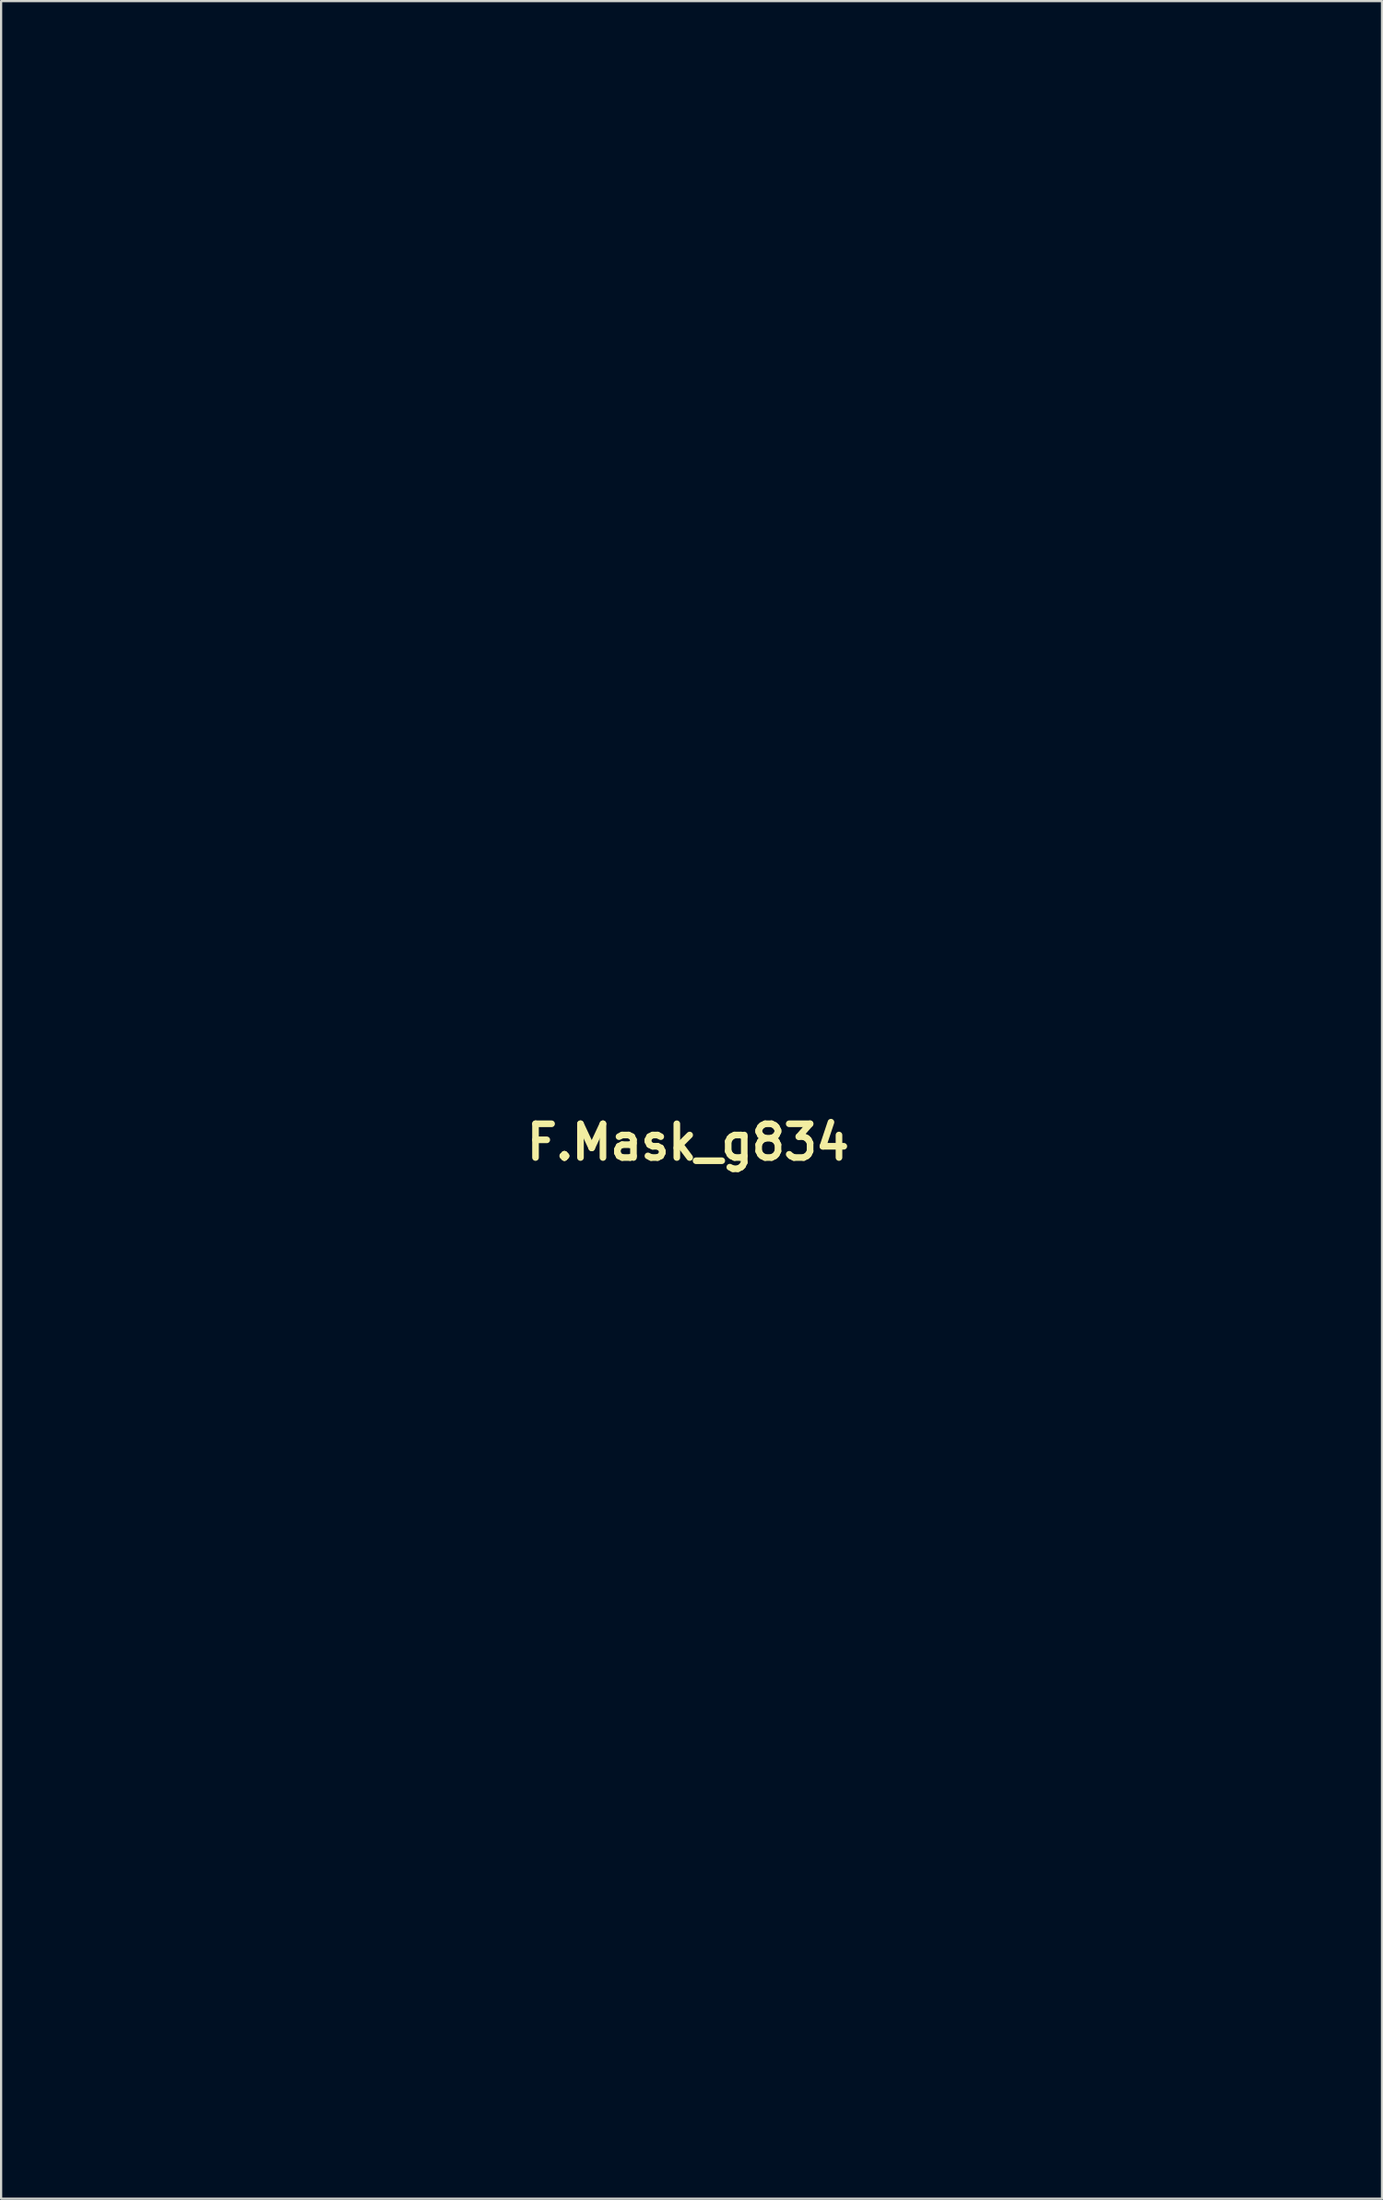
<source format=kicad_pcb>
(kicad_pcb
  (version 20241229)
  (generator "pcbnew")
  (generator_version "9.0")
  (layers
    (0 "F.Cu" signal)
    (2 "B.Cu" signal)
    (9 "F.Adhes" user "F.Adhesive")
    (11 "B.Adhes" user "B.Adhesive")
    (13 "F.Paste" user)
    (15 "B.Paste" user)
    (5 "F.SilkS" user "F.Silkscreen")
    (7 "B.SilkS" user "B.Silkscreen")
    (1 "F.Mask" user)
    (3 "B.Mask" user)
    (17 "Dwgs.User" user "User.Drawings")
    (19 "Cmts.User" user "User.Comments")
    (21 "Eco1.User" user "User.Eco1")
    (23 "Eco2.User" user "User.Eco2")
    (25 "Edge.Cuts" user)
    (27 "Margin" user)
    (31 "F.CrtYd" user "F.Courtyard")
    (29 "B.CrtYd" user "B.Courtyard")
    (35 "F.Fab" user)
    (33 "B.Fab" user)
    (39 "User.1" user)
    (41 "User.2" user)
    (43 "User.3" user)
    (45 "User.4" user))
  (footprint "F.Mask_g834"
    (layer "F.Cu")
    (at 28.049 48.554)
    (property "Reference" "F.Mask_g834" (at 0 0 0) (layer "F.SilkS") (effects (font (size 1.524 1.524) (thickness 0.3))))
    (attr through_hole)
    (fp_poly (pts (xy -3.732 -20.971) (xy -3.655 -20.871) (xy -3.606 -20.797) (xy -3.598 -20.776) (xy -3.634 -20.751) (xy -3.721 -20.749) (xy -3.83 -20.769) (xy -3.884 -20.787) (xy -3.96 -20.839) (xy -3.97 -20.919) (xy -3.921 -21.034) (xy -3.866 -21.133) (xy -3.732 -20.971)) (stroke (width 0.01) (type solid)) (fill yes) (layer "F.Mask"))
    (fp_poly (pts (xy -8.888 -29.861) (xy -8.875 -29.85) (xy -8.82 -29.783) (xy -8.749 -29.667) (xy -8.694 -29.563) (xy -8.644 -29.449) (xy -8.609 -29.338) (xy -8.586 -29.207) (xy -8.571 -29.033) (xy -8.561 -28.827) (xy -8.554 -28.582) (xy -8.56 -28.419) (xy -8.578 -28.337) (xy -8.609 -28.333) (xy -8.654 -28.406) (xy -8.695 -28.504) (xy -8.763 -28.725) (xy -8.827 -29.004) (xy -8.88 -29.313) (xy -8.913 -29.59) (xy -8.926 -29.749) (xy -8.928 -29.838) (xy -8.916 -29.87) (xy -8.888 -29.861)) (stroke (width 0.01) (type solid)) (fill yes) (layer "F.Mask"))
    (fp_poly (pts (xy -7.954 -28.369) (xy -7.873 -28.229) (xy -7.82 -28.041) (xy -7.794 -27.792) (xy -7.79 -27.601) (xy -7.795 -27.382) (xy -7.808 -27.154) (xy -7.827 -26.934) (xy -7.851 -26.741) (xy -7.877 -26.59) (xy -7.903 -26.501) (xy -7.912 -26.488) (xy -7.959 -26.495) (xy -8.036 -26.57) (xy -8.083 -26.631) (xy -8.173 -26.782) (xy -8.254 -26.962) (xy -8.284 -27.048) (xy -8.313 -27.169) (xy -8.327 -27.284) (xy -8.321 -27.41) (xy -8.294 -27.564) (xy -8.244 -27.761) (xy -8.169 -28.019) (xy -8.148 -28.088) (xy -8.033 -28.465) (xy -7.954 -28.369)) (stroke (width 0.01) (type solid)) (fill yes) (layer "F.Mask"))
    (fp_poly (pts (xy 17.112 0.337) (xy 17.133 0.377) (xy 17.139 0.392) (xy 17.161 0.471) (xy 17.193 0.612) (xy 17.23 0.793) (xy 17.268 0.995) (xy 17.304 1.194) (xy 17.333 1.371) (xy 17.352 1.503) (xy 17.357 1.56) (xy 17.336 1.601) (xy 17.269 1.595) (xy 17.149 1.539) (xy 17.007 1.456) (xy 16.908 1.396) (xy 16.84 1.346) (xy 16.802 1.294) (xy 16.793 1.223) (xy 16.812 1.12) (xy 16.858 0.969) (xy 16.93 0.757) (xy 16.956 0.677) (xy 17.019 0.497) (xy 17.061 0.387) (xy 17.09 0.337) (xy 17.112 0.337)) (stroke (width 0.01) (type solid)) (fill yes) (layer "F.Mask"))
    (fp_poly (pts (xy -7.108 -26.927) (xy -7.071 -26.82) (xy -7.048 -26.66) (xy -7.037 -26.463) (xy -7.04 -26.246) (xy -7.056 -26.023) (xy -7.087 -25.81) (xy -7.131 -25.626) (xy -7.185 -25.486) (xy -7.263 -25.331) (xy -7.35 -25.183) (xy -7.435 -25.065) (xy -7.503 -24.996) (xy -7.518 -24.989) (xy -7.557 -25.016) (xy -7.6 -25.101) (xy -7.613 -25.139) (xy -7.655 -25.382) (xy -7.654 -25.665) (xy -7.612 -25.954) (xy -7.599 -26.008) (xy -7.555 -26.146) (xy -7.492 -26.313) (xy -7.417 -26.491) (xy -7.338 -26.663) (xy -7.264 -26.811) (xy -7.202 -26.917) (xy -7.161 -26.965) (xy -7.156 -26.966) (xy -7.108 -26.927)) (stroke (width 0.01) (type solid)) (fill yes) (layer "F.Mask"))
    (fp_poly (pts (xy 12.973 -12.673) (xy 13.086 -12.601) (xy 13.234 -12.494) (xy 13.405 -12.363) (xy 13.583 -12.219) (xy 13.757 -12.074) (xy 13.912 -11.938) (xy 14.035 -11.823) (xy 14.111 -11.739) (xy 14.13 -11.708) (xy 14.117 -11.659) (xy 14.076 -11.542) (xy 14.009 -11.364) (xy 13.92 -11.136) (xy 13.814 -10.866) (xy 13.693 -10.564) (xy 13.574 -10.27) (xy 13.006 -8.877) (xy 12.984 -10.63) (xy 12.979 -11.013) (xy 12.972 -11.375) (xy 12.963 -11.706) (xy 12.954 -11.996) (xy 12.944 -12.235) (xy 12.934 -12.413) (xy 12.925 -12.52) (xy 12.921 -12.541) (xy 12.901 -12.641) (xy 12.904 -12.696) (xy 12.909 -12.7) (xy 12.973 -12.673)) (stroke (width 0.01) (type solid)) (fill yes) (layer "F.Mask"))
    (fp_poly (pts (xy -4.678 -22.508) (xy -4.612 -22.415) (xy -4.572 -22.349) (xy -4.502 -22.16) (xy -4.464 -21.919) (xy -4.46 -21.65) (xy -4.49 -21.379) (xy -4.553 -21.131) (xy -4.563 -21.102) (xy -4.66 -20.846) (xy -5.119 -20.727) (xy -5.336 -20.667) (xy -5.55 -20.602) (xy -5.732 -20.542) (xy -5.818 -20.51) (xy -5.954 -20.458) (xy -6.031 -20.44) (xy -6.07 -20.453) (xy -6.084 -20.476) (xy -6.08 -20.576) (xy -6.013 -20.726) (xy -5.886 -20.923) (xy -5.717 -21.141) (xy -5.517 -21.397) (xy -5.312 -21.681) (xy -5.118 -21.968) (xy -4.954 -22.231) (xy -4.891 -22.343) (xy -4.819 -22.458) (xy -4.757 -22.533) (xy -4.723 -22.551) (xy -4.678 -22.508)) (stroke (width 0.01) (type solid)) (fill yes) (layer "F.Mask"))
    (fp_poly (pts (xy 15.727 13.18) (xy 15.754 13.294) (xy 15.78 13.489) (xy 15.789 13.579) (xy 15.814 13.789) (xy 15.847 13.94) (xy 15.894 14.057) (xy 15.936 14.128) (xy 15.977 14.192) (xy 16.006 14.252) (xy 16.025 14.322) (xy 16.035 14.418) (xy 16.039 14.555) (xy 16.039 14.747) (xy 16.035 14.99) (xy 16.03 15.245) (xy 16.025 15.426) (xy 16.019 15.541) (xy 16.009 15.601) (xy 15.995 15.616) (xy 15.975 15.594) (xy 15.953 15.557) (xy 15.863 15.339) (xy 15.788 15.047) (xy 15.729 14.689) (xy 15.689 14.275) (xy 15.667 13.814) (xy 15.664 13.549) (xy 15.669 13.332) (xy 15.682 13.199) (xy 15.703 13.148) (xy 15.727 13.18)) (stroke (width 0.01) (type solid)) (fill yes) (layer "F.Mask"))
    (fp_poly (pts (xy -6.444 -25.61) (xy -6.391 -25.53) (xy -6.336 -25.406) (xy -6.286 -25.259) (xy -6.248 -25.107) (xy -6.234 -25.009) (xy -6.238 -24.738) (xy -6.293 -24.427) (xy -6.391 -24.096) (xy -6.524 -23.768) (xy -6.687 -23.464) (xy -6.742 -23.379) (xy -6.832 -23.252) (xy -6.905 -23.158) (xy -6.949 -23.115) (xy -6.952 -23.114) (xy -6.986 -23.149) (xy -7.045 -23.24) (xy -7.116 -23.369) (xy -7.121 -23.379) (xy -7.188 -23.516) (xy -7.229 -23.63) (xy -7.25 -23.752) (xy -7.258 -23.911) (xy -7.259 -24.029) (xy -7.26 -24.415) (xy -6.98 -24.833) (xy -6.859 -25.018) (xy -6.747 -25.195) (xy -6.657 -25.344) (xy -6.61 -25.429) (xy -6.55 -25.539) (xy -6.5 -25.613) (xy -6.485 -25.628) (xy -6.444 -25.61)) (stroke (width 0.01) (type solid)) (fill yes) (layer "F.Mask"))
    (fp_poly (pts (xy 15.11 1.75) (xy 15.297 1.774) (xy 15.309 1.776) (xy 15.504 1.808) (xy 15.629 1.834) (xy 15.696 1.867) (xy 15.718 1.918) (xy 15.709 1.998) (xy 15.682 2.109) (xy 15.64 2.268) (xy 15.577 2.474) (xy 15.499 2.715) (xy 15.411 2.977) (xy 15.316 3.247) (xy 15.22 3.512) (xy 15.128 3.759) (xy 15.044 3.974) (xy 14.973 4.145) (xy 14.92 4.258) (xy 14.894 4.297) (xy 14.881 4.28) (xy 14.871 4.196) (xy 14.865 4.043) (xy 14.863 3.817) (xy 14.864 3.513) (xy 14.869 3.129) (xy 14.87 3.077) (xy 14.878 2.669) (xy 14.888 2.334) (xy 14.9 2.073) (xy 14.913 1.891) (xy 14.928 1.789) (xy 14.936 1.769) (xy 14.994 1.748) (xy 15.11 1.75)) (stroke (width 0.01) (type solid)) (fill yes) (layer "F.Mask"))
    (fp_poly (pts (xy -5.598 -24.094) (xy -5.533 -24.011) (xy -5.474 -23.911) (xy -5.418 -23.798) (xy -5.384 -23.698) (xy -5.365 -23.585) (xy -5.359 -23.434) (xy -5.359 -23.262) (xy -5.365 -23.042) (xy -5.382 -22.872) (xy -5.417 -22.716) (xy -5.475 -22.541) (xy -5.494 -22.489) (xy -5.689 -22.051) (xy -5.931 -21.665) (xy -6.139 -21.41) (xy -6.261 -21.277) (xy -6.342 -21.201) (xy -6.397 -21.175) (xy -6.438 -21.189) (xy -6.466 -21.22) (xy -6.523 -21.324) (xy -6.571 -21.485) (xy -6.612 -21.711) (xy -6.647 -22.01) (xy -6.656 -22.104) (xy -6.705 -22.639) (xy -6.475 -22.922) (xy -6.356 -23.078) (xy -6.214 -23.278) (xy -6.07 -23.495) (xy -5.969 -23.654) (xy -5.86 -23.827) (xy -5.762 -23.972) (xy -5.687 -24.074) (xy -5.644 -24.119) (xy -5.643 -24.119) (xy -5.598 -24.094)) (stroke (width 0.01) (type solid)) (fill yes) (layer "F.Mask"))
    (fp_poly (pts (xy 1.838 20.638) (xy 1.939 20.685) (xy 2.085 20.76) (xy 2.259 20.855) (xy 2.28 20.867) (xy 2.472 20.976) (xy 2.601 21.053) (xy 2.678 21.11) (xy 2.714 21.154) (xy 2.721 21.196) (xy 2.71 21.243) (xy 2.663 21.383) (xy 2.597 21.561) (xy 2.518 21.763) (xy 2.433 21.974) (xy 2.347 22.179) (xy 2.266 22.364) (xy 2.198 22.513) (xy 2.147 22.612) (xy 2.121 22.647) (xy 2.077 22.62) (xy 1.993 22.553) (xy 1.926 22.495) (xy 1.799 22.395) (xy 1.633 22.284) (xy 1.482 22.193) (xy 1.347 22.119) (xy 1.246 22.062) (xy 1.196 22.034) (xy 1.195 22.033) (xy 1.207 21.994) (xy 1.246 21.893) (xy 1.307 21.744) (xy 1.383 21.562) (xy 1.468 21.363) (xy 1.554 21.162) (xy 1.636 20.973) (xy 1.708 20.812) (xy 1.762 20.693) (xy 1.793 20.631) (xy 1.796 20.627) (xy 1.838 20.638)) (stroke (width 0.01) (type solid)) (fill yes) (layer "F.Mask"))
    (fp_poly (pts (xy 10.765 -16.855) (xy 10.931 -16.816) (xy 11.131 -16.762) (xy 11.35 -16.698) (xy 11.573 -16.63) (xy 11.783 -16.56) (xy 11.966 -16.495) (xy 12.106 -16.438) (xy 12.132 -16.426) (xy 12.535 -16.185) (xy 12.903 -15.869) (xy 13.233 -15.483) (xy 13.524 -15.031) (xy 13.773 -14.517) (xy 13.977 -13.944) (xy 14.134 -13.317) (xy 14.181 -13.066) (xy 14.225 -12.794) (xy 14.253 -12.596) (xy 14.264 -12.464) (xy 14.259 -12.39) (xy 14.239 -12.363) (xy 14.235 -12.363) (xy 14.192 -12.39) (xy 14.1 -12.462) (xy 13.975 -12.567) (xy 13.864 -12.664) (xy 13.681 -12.819) (xy 13.462 -12.997) (xy 13.238 -13.17) (xy 13.109 -13.265) (xy 12.693 -13.568) (xy 12.301 -14.372) (xy 12.029 -14.904) (xy 11.765 -15.367) (xy 11.497 -15.778) (xy 11.218 -16.15) (xy 10.947 -16.464) (xy 10.812 -16.615) (xy 10.701 -16.741) (xy 10.625 -16.832) (xy 10.595 -16.873) (xy 10.595 -16.875) (xy 10.648 -16.877) (xy 10.765 -16.855)) (stroke (width 0.01) (type solid)) (fill yes) (layer "F.Mask"))
    (fp_poly (pts (xy 13.009 -1.853) (xy 13.083 -1.755) (xy 13.182 -1.61) (xy 13.299 -1.433) (xy 13.356 -1.344) (xy 13.504 -1.118) (xy 13.664 -0.882) (xy 13.819 -0.663) (xy 13.95 -0.487) (xy 13.965 -0.469) (xy 14.172 -0.225) (xy 14.43 0.05) (xy 14.72 0.337) (xy 15.024 0.619) (xy 15.323 0.878) (xy 15.595 1.095) (xy 15.801 1.252) (xy 15.937 1.361) (xy 16.003 1.423) (xy 16 1.438) (xy 15.991 1.436) (xy 15.948 1.426) (xy 15.841 1.404) (xy 15.689 1.373) (xy 15.6 1.355) (xy 15.143 1.255) (xy 14.692 1.142) (xy 14.276 1.023) (xy 13.985 0.928) (xy 13.818 0.864) (xy 13.609 0.775) (xy 13.372 0.669) (xy 13.123 0.553) (xy 12.878 0.434) (xy 12.651 0.32) (xy 12.458 0.218) (xy 12.315 0.135) (xy 12.242 0.085) (xy 12.143 0.003) (xy 12.534 -0.952) (xy 12.645 -1.219) (xy 12.748 -1.455) (xy 12.837 -1.65) (xy 12.907 -1.794) (xy 12.954 -1.877) (xy 12.971 -1.893) (xy 13.009 -1.853)) (stroke (width 0.01) (type solid)) (fill yes) (layer "F.Mask"))
    (fp_poly (pts (xy 3.588 -21.322) (xy 3.992 -21.264) (xy 4.396 -21.144) (xy 4.811 -20.959) (xy 5.252 -20.703) (xy 5.346 -20.642) (xy 5.547 -20.507) (xy 5.682 -20.406) (xy 5.76 -20.332) (xy 5.79 -20.278) (xy 5.782 -20.241) (xy 5.736 -20.205) (xy 5.632 -20.14) (xy 5.489 -20.057) (xy 5.387 -20.001) (xy 5.098 -19.836) (xy 4.762 -19.626) (xy 4.397 -19.384) (xy 4.019 -19.122) (xy 3.647 -18.851) (xy 3.511 -18.747) (xy 3.335 -18.615) (xy 3.183 -18.503) (xy 3.068 -18.42) (xy 3.001 -18.377) (xy 2.991 -18.373) (xy 2.952 -18.406) (xy 2.943 -18.426) (xy 2.925 -18.489) (xy 2.891 -18.612) (xy 2.849 -18.769) (xy 2.838 -18.812) (xy 2.742 -19.128) (xy 2.629 -19.4) (xy 2.49 -19.641) (xy 2.314 -19.862) (xy 2.091 -20.077) (xy 1.812 -20.297) (xy 1.466 -20.535) (xy 1.397 -20.579) (xy 1.292 -20.648) (xy 1.725 -20.865) (xy 2.117 -21.049) (xy 2.463 -21.182) (xy 2.78 -21.269) (xy 3.085 -21.316) (xy 3.171 -21.323) (xy 3.588 -21.322)) (stroke (width 0.01) (type solid)) (fill yes) (layer "F.Mask"))
    (fp_poly (pts (xy 8.512 -4.809) (xy 8.544 -4.705) (xy 8.573 -4.6) (xy 8.65 -4.347) (xy 8.763 -4.036) (xy 8.905 -3.682) (xy 9.07 -3.3) (xy 9.25 -2.905) (xy 9.44 -2.513) (xy 9.633 -2.139) (xy 9.717 -1.983) (xy 9.99 -1.488) (xy 9.57 -0.458) (xy 9.414 -0.075) (xy 9.286 0.237) (xy 9.184 0.485) (xy 9.104 0.675) (xy 9.043 0.815) (xy 8.999 0.913) (xy 8.968 0.974) (xy 8.947 1.006) (xy 8.933 1.016) (xy 8.931 1.016) (xy 8.9 0.982) (xy 8.839 0.891) (xy 8.76 0.76) (xy 8.731 0.709) (xy 8.584 0.432) (xy 8.432 0.116) (xy 8.284 -0.217) (xy 8.149 -0.548) (xy 8.034 -0.858) (xy 7.948 -1.126) (xy 7.914 -1.261) (xy 7.878 -1.509) (xy 7.865 -1.821) (xy 7.872 -2.18) (xy 7.899 -2.568) (xy 7.944 -2.968) (xy 8.005 -3.364) (xy 8.082 -3.737) (xy 8.133 -3.937) (xy 8.182 -4.099) (xy 8.243 -4.279) (xy 8.309 -4.459) (xy 8.373 -4.623) (xy 8.43 -4.754) (xy 8.473 -4.837) (xy 8.493 -4.856) (xy 8.512 -4.809)) (stroke (width 0.01) (type solid)) (fill yes) (layer "F.Mask"))
    (fp_poly (pts (xy 12.035 0.531) (xy 12.145 0.591) (xy 12.272 0.671) (xy 12.389 0.756) (xy 12.444 0.802) (xy 12.584 0.934) (xy 12.562 1.557) (xy 12.516 2.105) (xy 12.416 2.622) (xy 12.259 3.119) (xy 12.038 3.607) (xy 11.749 4.099) (xy 11.388 4.605) (xy 11.246 4.784) (xy 11.133 4.917) (xy 10.984 5.083) (xy 10.809 5.27) (xy 10.62 5.467) (xy 10.427 5.665) (xy 10.241 5.851) (xy 10.073 6.014) (xy 9.934 6.144) (xy 9.834 6.23) (xy 9.795 6.258) (xy 9.753 6.277) (xy 9.732 6.273) (xy 9.732 6.23) (xy 9.754 6.135) (xy 9.798 5.975) (xy 9.807 5.944) (xy 9.848 5.815) (xy 9.914 5.625) (xy 10.003 5.381) (xy 10.111 5.092) (xy 10.235 4.764) (xy 10.372 4.406) (xy 10.52 4.025) (xy 10.675 3.629) (xy 10.833 3.227) (xy 10.993 2.824) (xy 11.15 2.43) (xy 11.303 2.053) (xy 11.447 1.699) (xy 11.579 1.376) (xy 11.697 1.093) (xy 11.798 0.857) (xy 11.878 0.676) (xy 11.934 0.557) (xy 11.963 0.509) (xy 11.965 0.508) (xy 12.035 0.531)) (stroke (width 0.01) (type solid)) (fill yes) (layer "F.Mask"))
    (fp_poly (pts (xy -1.29 -21.928) (xy -0.923 -21.881) (xy -0.552 -21.806) (xy -0.191 -21.708) (xy 0.142 -21.59) (xy 0.433 -21.457) (xy 0.665 -21.313) (xy 0.779 -21.214) (xy 0.902 -21.085) (xy 0.801 -21.003) (xy 0.754 -20.973) (xy 0.691 -20.95) (xy 0.597 -20.933) (xy 0.46 -20.921) (xy 0.266 -20.911) (xy 0.001 -20.903) (xy -0.27 -20.895) (xy -0.476 -20.884) (xy -0.637 -20.869) (xy -0.771 -20.846) (xy -0.899 -20.813) (xy -1.041 -20.768) (xy -1.052 -20.765) (xy -1.412 -20.616) (xy -1.753 -20.415) (xy -2.098 -20.15) (xy -2.114 -20.137) (xy -2.231 -20.039) (xy -2.324 -19.969) (xy -2.373 -19.939) (xy -2.375 -19.939) (xy -2.419 -19.968) (xy -2.491 -20.041) (xy -2.511 -20.065) (xy -2.574 -20.164) (xy -2.646 -20.316) (xy -2.716 -20.492) (xy -2.732 -20.541) (xy -2.808 -20.748) (xy -2.898 -20.966) (xy -2.985 -21.152) (xy -2.993 -21.167) (xy -3.137 -21.442) (xy -3.031 -21.533) (xy -2.905 -21.614) (xy -2.719 -21.701) (xy -2.496 -21.785) (xy -2.258 -21.857) (xy -2.03 -21.91) (xy -1.946 -21.923) (xy -1.636 -21.944) (xy -1.29 -21.928)) (stroke (width 0.01) (type solid)) (fill yes) (layer "F.Mask"))
    (fp_poly (pts (xy 8.987 -8.488) (xy 9.165 -8.148) (xy 9.317 -7.87) (xy 9.455 -7.636) (xy 9.587 -7.43) (xy 9.725 -7.237) (xy 9.878 -7.041) (xy 9.923 -6.985) (xy 10.097 -6.779) (xy 10.303 -6.55) (xy 10.526 -6.313) (xy 10.751 -6.081) (xy 10.966 -5.87) (xy 11.154 -5.694) (xy 11.304 -5.567) (xy 11.311 -5.561) (xy 11.552 -5.375) (xy 11.475 -5.154) (xy 11.443 -5.068) (xy 11.384 -4.916) (xy 11.301 -4.708) (xy 11.201 -4.458) (xy 11.088 -4.177) (xy 10.966 -3.875) (xy 10.841 -3.566) (xy 10.717 -3.261) (xy 10.599 -2.971) (xy 10.491 -2.709) (xy 10.399 -2.486) (xy 10.327 -2.313) (xy 10.297 -2.244) (xy 10.215 -2.053) (xy 10 -2.481) (xy 9.751 -3.002) (xy 9.52 -3.538) (xy 9.312 -4.074) (xy 9.132 -4.596) (xy 8.984 -5.09) (xy 8.875 -5.541) (xy 8.807 -5.936) (xy 8.807 -5.937) (xy 8.78 -6.188) (xy 8.752 -6.499) (xy 8.725 -6.852) (xy 8.699 -7.226) (xy 8.677 -7.603) (xy 8.658 -7.962) (xy 8.645 -8.284) (xy 8.638 -8.549) (xy 8.638 -8.636) (xy 8.639 -9.165) (xy 8.987 -8.488)) (stroke (width 0.01) (type solid)) (fill yes) (layer "F.Mask"))
    (fp_poly (pts (xy 10.332 7.872) (xy 10.375 7.933) (xy 10.443 8.058) (xy 10.467 8.107) (xy 10.706 8.51) (xy 11.014 8.913) (xy 11.376 9.302) (xy 11.778 9.659) (xy 12.084 9.889) (xy 12.234 9.997) (xy 12.354 10.091) (xy 12.428 10.159) (xy 12.446 10.184) (xy 12.43 10.24) (xy 12.387 10.355) (xy 12.324 10.51) (xy 12.273 10.629) (xy 12.071 11.107) (xy 11.907 11.529) (xy 11.777 11.913) (xy 11.675 12.275) (xy 11.598 12.633) (xy 11.542 13.005) (xy 11.5 13.408) (xy 11.48 13.696) (xy 11.465 13.902) (xy 11.449 14.032) (xy 11.431 14.095) (xy 11.409 14.099) (xy 11.404 14.093) (xy 11.34 13.996) (xy 11.251 13.838) (xy 11.146 13.639) (xy 11.033 13.415) (xy 10.923 13.185) (xy 10.823 12.965) (xy 10.779 12.863) (xy 10.484 12.055) (xy 10.28 11.282) (xy 10.244 11.064) (xy 10.215 10.789) (xy 10.193 10.47) (xy 10.177 10.121) (xy 10.169 9.755) (xy 10.168 9.385) (xy 10.174 9.026) (xy 10.186 8.691) (xy 10.206 8.393) (xy 10.232 8.145) (xy 10.266 7.963) (xy 10.284 7.903) (xy 10.305 7.865) (xy 10.332 7.872)) (stroke (width 0.01) (type solid)) (fill yes) (layer "F.Mask"))
    (fp_poly (pts (xy -6.91 -20.02) (xy -6.842 -20.003) (xy -6.818 -19.966) (xy -6.816 -19.939) (xy -6.839 -19.865) (xy -6.9 -19.747) (xy -6.986 -19.607) (xy -7.001 -19.584) (xy -7.161 -19.312) (xy -7.315 -18.975) (xy -7.454 -18.594) (xy -7.544 -18.289) (xy -7.581 -18.13) (xy -7.608 -17.948) (xy -7.629 -17.727) (xy -7.643 -17.45) (xy -7.652 -17.211) (xy -7.673 -16.452) (xy -8.081 -16.032) (xy -8.289 -15.823) (xy -8.457 -15.67) (xy -8.6 -15.565) (xy -8.732 -15.501) (xy -8.868 -15.467) (xy -9.022 -15.457) (xy -9.089 -15.457) (xy -9.252 -15.463) (xy -9.392 -15.472) (xy -9.472 -15.482) (xy -9.551 -15.511) (xy -9.555 -15.56) (xy -9.485 -15.64) (xy -9.478 -15.646) (xy -9.403 -15.732) (xy -9.316 -15.854) (xy -9.282 -15.91) (xy -9.249 -15.972) (xy -9.221 -16.041) (xy -9.197 -16.128) (xy -9.176 -16.239) (xy -9.157 -16.385) (xy -9.14 -16.573) (xy -9.122 -16.814) (xy -9.103 -17.114) (xy -9.082 -17.485) (xy -9.065 -17.795) (xy -9.028 -18.509) (xy -8.851 -18.859) (xy -8.623 -19.238) (xy -8.361 -19.541) (xy -8.063 -19.768) (xy -7.725 -19.923) (xy -7.344 -20.006) (xy -7.043 -20.024) (xy -6.91 -20.02)) (stroke (width 0.01) (type solid)) (fill yes) (layer "F.Mask"))
    (fp_poly (pts (xy -4.907 26.175) (xy -4.81 26.219) (xy -4.659 26.289) (xy -4.476 26.374) (xy -4.318 26.449) (xy -3.735 26.706) (xy -3.152 26.919) (xy -2.531 27.103) (xy -2.413 27.134) (xy -2.154 27.203) (xy -1.969 27.259) (xy -1.853 27.305) (xy -1.795 27.343) (xy -1.786 27.36) (xy -1.798 27.413) (xy -1.84 27.536) (xy -1.907 27.719) (xy -1.996 27.952) (xy -2.103 28.228) (xy -2.226 28.537) (xy -2.36 28.869) (xy -2.373 28.901) (xy -2.531 29.289) (xy -2.699 29.701) (xy -2.868 30.117) (xy -3.032 30.521) (xy -3.183 30.893) (xy -3.313 31.215) (xy -3.375 31.369) (xy -3.487 31.643) (xy -3.591 31.893) (xy -3.683 32.107) (xy -3.756 32.273) (xy -3.807 32.382) (xy -3.829 32.419) (xy -3.865 32.435) (xy -3.908 32.401) (xy -3.969 32.305) (xy -4.011 32.228) (xy -4.128 31.979) (xy -4.254 31.663) (xy -4.383 31.298) (xy -4.511 30.901) (xy -4.632 30.489) (xy -4.741 30.079) (xy -4.834 29.689) (xy -4.905 29.336) (xy -4.948 29.041) (xy -4.961 28.892) (xy -4.974 28.675) (xy -4.988 28.403) (xy -5 28.092) (xy -5.012 27.758) (xy -5.021 27.416) (xy -5.022 27.376) (xy -5.051 26.113) (xy -4.907 26.175)) (stroke (width 0.01) (type solid)) (fill yes) (layer "F.Mask"))
    (fp_poly (pts (xy 13.299 10.629) (xy 13.547 10.762) (xy 13.825 10.925) (xy 14.112 11.104) (xy 14.386 11.285) (xy 14.625 11.454) (xy 14.796 11.588) (xy 14.956 11.729) (xy 15.063 11.849) (xy 15.122 11.967) (xy 15.14 12.106) (xy 15.123 12.283) (xy 15.075 12.521) (xy 15.071 12.541) (xy 15.004 12.938) (xy 14.962 13.384) (xy 14.948 13.847) (xy 14.962 14.296) (xy 15.004 14.698) (xy 15.005 14.701) (xy 15.064 15.017) (xy 15.145 15.347) (xy 15.238 15.668) (xy 15.338 15.955) (xy 15.436 16.183) (xy 15.438 16.186) (xy 15.492 16.303) (xy 15.522 16.386) (xy 15.523 16.411) (xy 15.484 16.393) (xy 15.394 16.331) (xy 15.263 16.233) (xy 15.105 16.11) (xy 15.069 16.081) (xy 14.605 15.692) (xy 14.202 15.317) (xy 13.844 14.939) (xy 13.513 14.538) (xy 13.192 14.098) (xy 13.11 13.977) (xy 13.005 13.811) (xy 12.886 13.608) (xy 12.761 13.381) (xy 12.636 13.147) (xy 12.52 12.917) (xy 12.419 12.707) (xy 12.34 12.53) (xy 12.29 12.402) (xy 12.277 12.341) (xy 12.293 12.261) (xy 12.34 12.118) (xy 12.41 11.927) (xy 12.498 11.703) (xy 12.598 11.46) (xy 12.705 11.213) (xy 12.812 10.976) (xy 12.853 10.89) (xy 13.04 10.498) (xy 13.299 10.629)) (stroke (width 0.01) (type solid)) (fill yes) (layer "F.Mask"))
    (fp_poly (pts (xy 0.345 -20.287) (xy 0.752 -20.2) (xy 1.134 -20.061) (xy 1.475 -19.871) (xy 1.763 -19.632) (xy 1.789 -19.604) (xy 1.963 -19.395) (xy 2.085 -19.191) (xy 2.163 -18.971) (xy 2.205 -18.713) (xy 2.217 -18.394) (xy 2.217 -18.394) (xy 2.206 -18.075) (xy 2.163 -17.813) (xy 2.081 -17.582) (xy 1.953 -17.357) (xy 1.837 -17.197) (xy 1.712 -17.034) (xy 1.583 -16.857) (xy 1.496 -16.734) (xy 1.346 -16.554) (xy 1.177 -16.436) (xy 1.148 -16.423) (xy 0.772 -16.241) (xy 0.467 -16.072) (xy 0.223 -15.906) (xy 0.029 -15.734) (xy -0.124 -15.548) (xy -0.248 -15.337) (xy -0.343 -15.119) (xy -0.392 -14.963) (xy -0.427 -14.775) (xy -0.451 -14.536) (xy -0.461 -14.365) (xy -0.487 -13.85) (xy -0.91 -14.084) (xy -1.425 -14.395) (xy -1.859 -14.716) (xy -2.217 -15.049) (xy -2.501 -15.4) (xy -2.716 -15.773) (xy -2.847 -16.108) (xy -2.913 -16.41) (xy -2.942 -16.76) (xy -2.933 -17.127) (xy -2.886 -17.483) (xy -2.842 -17.674) (xy -2.766 -17.904) (xy -2.654 -18.181) (xy -2.518 -18.48) (xy -2.37 -18.777) (xy -2.22 -19.048) (xy -2.125 -19.204) (xy -1.897 -19.506) (xy -1.634 -19.774) (xy -1.358 -19.986) (xy -1.238 -20.057) (xy -0.878 -20.205) (xy -0.485 -20.291) (xy -0.072 -20.318) (xy 0.345 -20.287)) (stroke (width 0.01) (type solid)) (fill yes) (layer "F.Mask"))
    (fp_poly (pts (xy 16.569 2.038) (xy 16.632 2.045) (xy 16.867 2.081) (xy 17.072 2.124) (xy 17.23 2.172) (xy 17.324 2.218) (xy 17.331 2.225) (xy 17.369 2.306) (xy 17.398 2.463) (xy 17.419 2.684) (xy 17.431 2.961) (xy 17.434 3.284) (xy 17.426 3.642) (xy 17.422 3.739) (xy 17.373 4.534) (xy 17.294 5.274) (xy 17.178 5.986) (xy 17.023 6.696) (xy 16.823 7.43) (xy 16.692 7.853) (xy 16.623 8.061) (xy 16.542 8.291) (xy 16.455 8.53) (xy 16.368 8.762) (xy 16.286 8.973) (xy 16.215 9.147) (xy 16.16 9.271) (xy 16.128 9.328) (xy 16.086 9.327) (xy 16.054 9.286) (xy 16.023 9.212) (xy 15.971 9.069) (xy 15.902 8.869) (xy 15.82 8.624) (xy 15.728 8.346) (xy 15.63 8.047) (xy 15.531 7.739) (xy 15.433 7.433) (xy 15.341 7.143) (xy 15.26 6.878) (xy 15.192 6.653) (xy 15.141 6.478) (xy 15.136 6.459) (xy 15.053 6.126) (xy 15.004 5.852) (xy 14.99 5.62) (xy 15.01 5.415) (xy 15.061 5.218) (xy 15.066 5.203) (xy 15.143 5) (xy 15.257 4.725) (xy 15.406 4.378) (xy 15.59 3.963) (xy 15.808 3.482) (xy 15.976 3.116) (xy 16.095 2.857) (xy 16.202 2.619) (xy 16.293 2.414) (xy 16.361 2.254) (xy 16.402 2.152) (xy 16.411 2.127) (xy 16.434 2.063) (xy 16.478 2.037) (xy 16.569 2.038)) (stroke (width 0.01) (type solid)) (fill yes) (layer "F.Mask"))
    (fp_poly (pts (xy 16.329 -7.521) (xy 16.393 -7.455) (xy 16.476 -7.342) (xy 16.571 -7.195) (xy 16.667 -7.029) (xy 16.755 -6.856) (xy 16.81 -6.735) (xy 16.919 -6.419) (xy 17.011 -6.038) (xy 17.083 -5.61) (xy 17.134 -5.153) (xy 17.162 -4.685) (xy 17.165 -4.224) (xy 17.146 -3.868) (xy 17.095 -3.3) (xy 17.034 -2.785) (xy 16.96 -2.296) (xy 16.868 -1.806) (xy 16.753 -1.289) (xy 16.617 -0.741) (xy 16.518 -0.371) (xy 16.422 -0.038) (xy 16.331 0.25) (xy 16.248 0.485) (xy 16.177 0.659) (xy 16.118 0.765) (xy 16.084 0.795) (xy 16.029 0.775) (xy 15.922 0.712) (xy 15.777 0.615) (xy 15.608 0.494) (xy 15.57 0.466) (xy 15.401 0.337) (xy 15.258 0.226) (xy 15.153 0.142) (xy 15.1 0.096) (xy 15.096 0.092) (xy 15.093 0.036) (xy 15.102 -0.089) (xy 15.122 -0.27) (xy 15.15 -0.492) (xy 15.184 -0.743) (xy 15.224 -1.009) (xy 15.266 -1.275) (xy 15.309 -1.527) (xy 15.34 -1.696) (xy 15.375 -1.876) (xy 15.424 -2.123) (xy 15.483 -2.421) (xy 15.549 -2.752) (xy 15.619 -3.1) (xy 15.69 -3.449) (xy 15.698 -3.493) (xy 15.846 -4.251) (xy 15.969 -4.939) (xy 16.069 -5.568) (xy 16.146 -6.149) (xy 16.203 -6.692) (xy 16.217 -6.858) (xy 16.237 -7.081) (xy 16.256 -7.274) (xy 16.275 -7.423) (xy 16.29 -7.511) (xy 16.294 -7.525) (xy 16.329 -7.521)) (stroke (width 0.01) (type solid)) (fill yes) (layer "F.Mask"))
    (fp_poly (pts (xy 13.293 1.198) (xy 13.406 1.233) (xy 13.568 1.285) (xy 13.766 1.35) (xy 13.845 1.377) (xy 14.42 1.568) (xy 14.419 3.229) (xy 14.421 3.71) (xy 14.425 4.16) (xy 14.433 4.569) (xy 14.443 4.925) (xy 14.456 5.218) (xy 14.47 5.439) (xy 14.472 5.461) (xy 14.552 6.1) (xy 14.678 6.805) (xy 14.851 7.578) (xy 15.071 8.419) (xy 15.338 9.33) (xy 15.473 9.758) (xy 15.634 10.272) (xy 15.773 10.729) (xy 15.889 11.127) (xy 15.981 11.464) (xy 16.049 11.736) (xy 16.091 11.941) (xy 16.108 12.077) (xy 16.099 12.141) (xy 16.063 12.131) (xy 16 12.043) (xy 15.991 12.028) (xy 15.878 11.86) (xy 15.735 11.691) (xy 15.555 11.517) (xy 15.334 11.333) (xy 15.064 11.136) (xy 14.74 10.919) (xy 14.356 10.68) (xy 13.906 10.413) (xy 13.509 10.184) (xy 13.106 9.952) (xy 12.767 9.747) (xy 12.478 9.561) (xy 12.225 9.385) (xy 11.995 9.21) (xy 11.921 9.151) (xy 11.539 8.786) (xy 11.198 8.353) (xy 10.905 7.858) (xy 10.663 7.31) (xy 10.492 6.778) (xy 10.401 6.436) (xy 11.053 5.769) (xy 11.539 5.251) (xy 11.954 4.763) (xy 12.3 4.296) (xy 12.584 3.842) (xy 12.809 3.393) (xy 12.979 2.941) (xy 13.098 2.478) (xy 13.171 1.996) (xy 13.195 1.683) (xy 13.207 1.489) (xy 13.221 1.33) (xy 13.235 1.224) (xy 13.246 1.185) (xy 13.293 1.198)) (stroke (width 0.01) (type solid)) (fill yes) (layer "F.Mask"))
    (fp_poly (pts (xy 0.84 15.432) (xy 1.124 15.494) (xy 1.429 15.59) (xy 1.69 15.694) (xy 1.961 15.816) (xy 1.685 16.013) (xy 1.349 16.287) (xy 1.088 16.583) (xy 0.892 16.915) (xy 0.749 17.298) (xy 0.733 17.357) (xy 0.69 17.587) (xy 0.665 17.872) (xy 0.657 18.182) (xy 0.667 18.491) (xy 0.695 18.77) (xy 0.734 18.965) (xy 0.789 19.145) (xy 0.862 19.34) (xy 0.942 19.53) (xy 1.021 19.695) (xy 1.09 19.814) (xy 1.128 19.86) (xy 1.167 19.913) (xy 1.18 19.994) (xy 1.165 20.113) (xy 1.119 20.278) (xy 1.041 20.5) (xy 0.928 20.786) (xy 0.907 20.838) (xy 0.771 21.169) (xy 0.662 21.426) (xy 0.576 21.616) (xy 0.511 21.745) (xy 0.465 21.819) (xy 0.434 21.844) (xy 0.433 21.844) (xy 0.384 21.827) (xy 0.275 21.783) (xy 0.124 21.718) (xy -0.01 21.658) (xy -0.311 21.516) (xy -0.581 21.374) (xy -0.838 21.221) (xy -1.1 21.045) (xy -1.384 20.834) (xy -1.709 20.577) (xy -1.754 20.54) (xy -1.9 20.419) (xy -2.075 20.27) (xy -2.267 20.102) (xy -2.467 19.925) (xy -2.665 19.747) (xy -2.85 19.579) (xy -3.012 19.429) (xy -3.141 19.306) (xy -3.227 19.22) (xy -3.26 19.18) (xy -3.26 19.18) (xy -3.24 19.135) (xy -3.187 19.031) (xy -3.107 18.882) (xy -3.008 18.701) (xy -2.978 18.647) (xy -2.585 17.983) (xy -2.183 17.39) (xy -1.774 16.87) (xy -1.362 16.426) (xy -0.947 16.062) (xy -0.55 15.789) (xy -0.288 15.653) (xy -0.006 15.539) (xy 0.27 15.457) (xy 0.515 15.414) (xy 0.601 15.409) (xy 0.84 15.432)) (stroke (width 0.01) (type solid)) (fill yes) (layer "F.Mask"))
    (fp_poly (pts (xy 15.569 -8.156) (xy 15.581 -8.022) (xy 15.589 -7.807) (xy 15.595 -7.51) (xy 15.599 -7.131) (xy 15.599 -6.803) (xy 15.598 -6.423) (xy 15.596 -6.1) (xy 15.589 -5.819) (xy 15.578 -5.567) (xy 15.56 -5.33) (xy 15.533 -5.095) (xy 15.496 -4.849) (xy 15.448 -4.577) (xy 15.387 -4.266) (xy 15.31 -3.903) (xy 15.218 -3.473) (xy 15.195 -3.368) (xy 15.148 -3.144) (xy 15.093 -2.879) (xy 15.034 -2.583) (xy 14.972 -2.269) (xy 14.91 -1.947) (xy 14.849 -1.63) (xy 14.792 -1.33) (xy 14.742 -1.057) (xy 14.7 -0.825) (xy 14.669 -0.644) (xy 14.651 -0.526) (xy 14.647 -0.488) (xy 14.625 -0.463) (xy 14.562 -0.506) (xy 14.46 -0.616) (xy 14.384 -0.709) (xy 14.25 -0.89) (xy 14.101 -1.106) (xy 13.945 -1.346) (xy 13.789 -1.597) (xy 13.64 -1.846) (xy 13.506 -2.082) (xy 13.393 -2.293) (xy 13.308 -2.466) (xy 13.26 -2.589) (xy 13.251 -2.635) (xy 13.266 -2.688) (xy 13.309 -2.808) (xy 13.374 -2.983) (xy 13.457 -3.2) (xy 13.554 -3.448) (xy 13.606 -3.577) (xy 13.96 -4.466) (xy 14.416 -4.517) (xy 14.703 -4.553) (xy 14.913 -4.594) (xy 15.05 -4.646) (xy 15.113 -4.715) (xy 15.103 -4.807) (xy 15.023 -4.93) (xy 14.872 -5.089) (xy 14.652 -5.29) (xy 14.563 -5.368) (xy 14.415 -5.497) (xy 14.527 -5.811) (xy 14.573 -5.936) (xy 14.647 -6.125) (xy 14.741 -6.364) (xy 14.85 -6.638) (xy 14.968 -6.932) (xy 15.074 -7.191) (xy 15.215 -7.535) (xy 15.33 -7.804) (xy 15.419 -8.002) (xy 15.485 -8.133) (xy 15.529 -8.201) (xy 15.554 -8.212) (xy 15.569 -8.156)) (stroke (width 0.01) (type solid)) (fill yes) (layer "F.Mask"))
    (fp_poly (pts (xy -4.156 -20.309) (xy -3.904 -20.289) (xy -3.695 -20.254) (xy -3.585 -20.22) (xy -3.467 -20.15) (xy -3.318 -20.032) (xy -3.158 -19.885) (xy -3.007 -19.73) (xy -2.886 -19.584) (xy -2.822 -19.488) (xy -2.793 -19.425) (xy -2.781 -19.368) (xy -2.792 -19.299) (xy -2.829 -19.199) (xy -2.897 -19.05) (xy -2.94 -18.959) (xy -3.182 -18.389) (xy -3.35 -17.853) (xy -3.447 -17.345) (xy -3.473 -16.857) (xy -3.43 -16.383) (xy -3.425 -16.354) (xy -3.404 -16.197) (xy -3.397 -16.059) (xy -3.403 -15.985) (xy -3.443 -15.893) (xy -3.525 -15.749) (xy -3.64 -15.566) (xy -3.779 -15.358) (xy -3.932 -15.138) (xy -4.091 -14.922) (xy -4.245 -14.722) (xy -4.316 -14.634) (xy -4.755 -14.161) (xy -5.229 -13.762) (xy -5.736 -13.439) (xy -6.271 -13.194) (xy -6.834 -13.028) (xy -6.879 -13.018) (xy -7.055 -12.988) (xy -7.256 -12.961) (xy -7.467 -12.939) (xy -7.671 -12.924) (xy -7.85 -12.915) (xy -7.989 -12.916) (xy -8.071 -12.926) (xy -8.086 -12.937) (xy -8.06 -12.983) (xy -7.992 -13.081) (xy -7.891 -13.215) (xy -7.769 -13.37) (xy -7.505 -13.716) (xy -7.294 -14.024) (xy -7.126 -14.313) (xy -6.991 -14.599) (xy -6.974 -14.639) (xy -6.912 -14.798) (xy -6.873 -14.929) (xy -6.852 -15.061) (xy -6.844 -15.223) (xy -6.843 -15.409) (xy -6.857 -15.737) (xy -6.899 -16.079) (xy -6.961 -16.404) (xy -7.054 -16.938) (xy -7.1 -17.427) (xy -7.1 -17.865) (xy -7.053 -18.242) (xy -7.034 -18.325) (xy -6.882 -18.789) (xy -6.675 -19.189) (xy -6.412 -19.527) (xy -6.09 -19.805) (xy -5.708 -20.024) (xy -5.264 -20.187) (xy -4.932 -20.265) (xy -4.694 -20.298) (xy -4.427 -20.312) (xy -4.156 -20.309)) (stroke (width 0.01) (type solid)) (fill yes) (layer "F.Mask"))
    (fp_poly (pts (xy 9.201 -17.036) (xy 9.327 -16.971) (xy 9.491 -16.872) (xy 9.678 -16.75) (xy 9.873 -16.614) (xy 9.981 -16.534) (xy 10.507 -16.091) (xy 10.972 -15.598) (xy 11.379 -15.049) (xy 11.733 -14.441) (xy 12.035 -13.77) (xy 12.174 -13.391) (xy 12.232 -13.221) (xy 12.281 -13.068) (xy 12.323 -12.925) (xy 12.358 -12.782) (xy 12.386 -12.633) (xy 12.409 -12.469) (xy 12.427 -12.281) (xy 12.441 -12.061) (xy 12.451 -11.802) (xy 12.459 -11.494) (xy 12.465 -11.129) (xy 12.47 -10.7) (xy 12.474 -10.198) (xy 12.476 -9.967) (xy 12.495 -7.637) (xy 12.277 -7.089) (xy 12.148 -6.768) (xy 12.028 -6.484) (xy 11.922 -6.246) (xy 11.833 -6.062) (xy 11.766 -5.939) (xy 11.724 -5.886) (xy 11.719 -5.884) (xy 11.677 -5.913) (xy 11.589 -5.991) (xy 11.467 -6.108) (xy 11.322 -6.251) (xy 11.298 -6.276) (xy 11.003 -6.586) (xy 10.721 -6.901) (xy 10.467 -7.203) (xy 10.252 -7.48) (xy 10.095 -7.705) (xy 9.87 -8.079) (xy 9.627 -8.53) (xy 9.365 -9.059) (xy 9.084 -9.667) (xy 8.784 -10.355) (xy 8.572 -10.858) (xy 8.437 -11.185) (xy 8.328 -11.445) (xy 8.241 -11.653) (xy 8.17 -11.82) (xy 8.109 -11.959) (xy 8.053 -12.083) (xy 7.995 -12.205) (xy 7.931 -12.337) (xy 7.854 -12.491) (xy 7.785 -12.629) (xy 7.684 -12.832) (xy 7.599 -13.009) (xy 7.534 -13.146) (xy 7.498 -13.228) (xy 7.493 -13.245) (xy 7.515 -13.292) (xy 7.573 -13.392) (xy 7.657 -13.527) (xy 7.703 -13.599) (xy 7.996 -14.099) (xy 8.275 -14.666) (xy 8.53 -15.284) (xy 8.754 -15.936) (xy 8.825 -16.171) (xy 8.923 -16.501) (xy 9.003 -16.756) (xy 9.065 -16.936) (xy 9.108 -17.037) (xy 9.128 -17.06) (xy 9.201 -17.036)) (stroke (width 0.01) (type solid)) (fill yes) (layer "F.Mask"))
    (fp_poly (pts (xy 16.169 36.74) (xy 16.203 36.832) (xy 16.247 36.969) (xy 16.255 36.996) (xy 16.338 37.229) (xy 16.457 37.506) (xy 16.6 37.803) (xy 16.754 38.093) (xy 16.908 38.354) (xy 17.047 38.56) (xy 17.051 38.566) (xy 17.309 38.855) (xy 17.635 39.14) (xy 18.013 39.41) (xy 18.426 39.65) (xy 18.492 39.684) (xy 18.783 39.801) (xy 19.111 39.876) (xy 19.487 39.91) (xy 19.924 39.905) (xy 20.003 39.901) (xy 20.206 39.889) (xy 20.391 39.878) (xy 20.532 39.871) (xy 20.595 39.869) (xy 20.703 39.891) (xy 20.861 39.956) (xy 21.053 40.056) (xy 21.061 40.061) (xy 21.344 40.213) (xy 21.619 40.336) (xy 21.9 40.432) (xy 22.203 40.507) (xy 22.542 40.563) (xy 22.934 40.605) (xy 23.392 40.635) (xy 23.474 40.639) (xy 24.278 40.677) (xy 24.48 40.902) (xy 24.668 41.134) (xy 24.838 41.384) (xy 24.973 41.624) (xy 25.039 41.778) (xy 25.073 41.883) (xy 25.088 41.945) (xy 25.086 41.952) (xy 25.044 41.938) (xy 24.938 41.9) (xy 24.786 41.844) (xy 24.612 41.779) (xy 24.215 41.643) (xy 23.846 41.549) (xy 23.488 41.496) (xy 23.127 41.485) (xy 22.747 41.516) (xy 22.331 41.588) (xy 21.863 41.701) (xy 21.632 41.765) (xy 21.224 41.864) (xy 20.827 41.924) (xy 20.456 41.945) (xy 20.131 41.926) (xy 19.939 41.888) (xy 19.506 41.731) (xy 19.07 41.502) (xy 18.645 41.212) (xy 18.247 40.87) (xy 18.097 40.718) (xy 17.75 40.316) (xy 17.414 39.866) (xy 17.101 39.383) (xy 16.82 38.886) (xy 16.581 38.391) (xy 16.394 37.916) (xy 16.297 37.596) (xy 16.268 37.469) (xy 16.237 37.308) (xy 16.206 37.134) (xy 16.179 36.966) (xy 16.159 36.826) (xy 16.15 36.734) (xy 16.152 36.71) (xy 16.169 36.74)) (stroke (width 0.01) (type solid)) (fill yes) (layer "F.Mask"))
    (fp_poly (pts (xy 19.9 36.872) (xy 19.984 36.924) (xy 20.103 37.013) (xy 20.173 37.07) (xy 20.722 37.476) (xy 21.31 37.807) (xy 21.931 38.062) (xy 22.579 38.239) (xy 23.25 38.335) (xy 23.71 38.354) (xy 24.199 38.334) (xy 24.633 38.269) (xy 25.033 38.154) (xy 25.418 37.983) (xy 25.809 37.75) (xy 25.834 37.733) (xy 26.064 37.586) (xy 26.249 37.489) (xy 26.41 37.439) (xy 26.565 37.432) (xy 26.734 37.462) (xy 26.881 37.507) (xy 27.232 37.665) (xy 27.539 37.891) (xy 27.805 38.186) (xy 28.035 38.556) (xy 28.093 38.672) (xy 28.166 38.839) (xy 28.234 39.023) (xy 28.293 39.205) (xy 28.337 39.368) (xy 28.361 39.491) (xy 28.359 39.557) (xy 28.356 39.56) (xy 28.307 39.56) (xy 28.201 39.535) (xy 28.062 39.49) (xy 28.061 39.49) (xy 27.951 39.454) (xy 27.845 39.428) (xy 27.724 39.41) (xy 27.572 39.4) (xy 27.372 39.395) (xy 27.107 39.393) (xy 27.072 39.393) (xy 26.765 39.395) (xy 26.507 39.405) (xy 26.276 39.426) (xy 26.052 39.463) (xy 25.813 39.518) (xy 25.536 39.595) (xy 25.209 39.695) (xy 24.844 39.805) (xy 24.535 39.888) (xy 24.258 39.948) (xy 23.991 39.988) (xy 23.711 40.014) (xy 23.395 40.028) (xy 23.283 40.03) (xy 22.902 40.033) (xy 22.596 40.023) (xy 22.354 39.999) (xy 22.27 39.985) (xy 21.954 39.911) (xy 21.652 39.814) (xy 21.394 39.703) (xy 21.306 39.655) (xy 21.156 39.567) (xy 21.278 39.481) (xy 21.399 39.384) (xy 21.555 39.245) (xy 21.723 39.085) (xy 21.885 38.923) (xy 22.02 38.778) (xy 22.1 38.681) (xy 22.182 38.531) (xy 22.186 38.41) (xy 22.114 38.321) (xy 22.094 38.31) (xy 22.022 38.284) (xy 21.887 38.249) (xy 21.712 38.209) (xy 21.581 38.182) (xy 21.151 38.07) (xy 20.778 37.919) (xy 20.469 37.733) (xy 20.258 37.542) (xy 20.142 37.4) (xy 20.033 37.243) (xy 19.943 37.091) (xy 19.882 36.963) (xy 19.862 36.877) (xy 19.864 36.865) (xy 19.9 36.872)) (stroke (width 0.01) (type solid)) (fill yes) (layer "F.Mask"))
    (fp_poly (pts (xy 17.668 26.388) (xy 17.809 26.426) (xy 18.026 26.496) (xy 18.037 26.499) (xy 18.538 26.696) (xy 18.986 26.935) (xy 19.391 27.225) (xy 19.761 27.573) (xy 20.103 27.987) (xy 20.428 28.473) (xy 20.608 28.787) (xy 20.73 29.022) (xy 20.854 29.282) (xy 20.981 29.576) (xy 21.115 29.911) (xy 21.259 30.296) (xy 21.417 30.74) (xy 21.592 31.252) (xy 21.724 31.644) (xy 21.916 32.212) (xy 22.089 32.705) (xy 22.249 33.13) (xy 22.397 33.492) (xy 22.538 33.799) (xy 22.674 34.058) (xy 22.809 34.275) (xy 22.946 34.457) (xy 23.089 34.61) (xy 23.241 34.741) (xy 23.288 34.777) (xy 23.507 34.922) (xy 23.724 35.027) (xy 23.959 35.098) (xy 24.231 35.139) (xy 24.559 35.156) (xy 24.701 35.157) (xy 25.067 35.148) (xy 25.369 35.118) (xy 25.627 35.06) (xy 25.859 34.968) (xy 26.086 34.836) (xy 26.326 34.656) (xy 26.411 34.585) (xy 26.723 34.323) (xy 26.693 34.571) (xy 26.616 35.056) (xy 26.504 35.521) (xy 26.364 35.946) (xy 26.202 36.311) (xy 26.154 36.399) (xy 25.928 36.713) (xy 25.628 36.998) (xy 25.263 37.249) (xy 24.84 37.461) (xy 24.367 37.629) (xy 23.908 37.74) (xy 23.662 37.774) (xy 23.379 37.794) (xy 23.084 37.799) (xy 22.801 37.79) (xy 22.555 37.767) (xy 22.397 37.736) (xy 22.068 37.624) (xy 21.704 37.458) (xy 21.323 37.249) (xy 20.943 37.01) (xy 20.584 36.752) (xy 20.264 36.487) (xy 20.071 36.301) (xy 19.716 35.932) (xy 19.744 35.502) (xy 19.756 35.261) (xy 19.767 34.962) (xy 19.777 34.619) (xy 19.785 34.241) (xy 19.792 33.84) (xy 19.797 33.428) (xy 19.8 33.015) (xy 19.802 32.613) (xy 19.802 32.232) (xy 19.799 31.886) (xy 19.795 31.583) (xy 19.788 31.337) (xy 19.78 31.157) (xy 19.774 31.088) (xy 19.667 30.393) (xy 19.515 29.721) (xy 19.319 29.08) (xy 19.085 28.479) (xy 18.815 27.926) (xy 18.514 27.429) (xy 18.185 26.996) (xy 17.831 26.636) (xy 17.77 26.584) (xy 17.652 26.481) (xy 17.593 26.414) (xy 17.597 26.384) (xy 17.668 26.388)) (stroke (width 0.01) (type solid)) (fill yes) (layer "F.Mask"))
    (fp_poly (pts (xy 17.193 26.932) (xy 17.309 27.007) (xy 17.457 27.113) (xy 17.598 27.224) (xy 17.978 27.591) (xy 18.309 28.028) (xy 18.594 28.533) (xy 18.83 29.106) (xy 19.018 29.745) (xy 19.158 30.451) (xy 19.249 31.221) (xy 19.291 32.056) (xy 19.284 32.953) (xy 19.267 33.331) (xy 19.235 33.926) (xy 19.209 34.443) (xy 19.189 34.89) (xy 19.174 35.273) (xy 19.166 35.601) (xy 19.163 35.88) (xy 19.167 36.117) (xy 19.177 36.32) (xy 19.193 36.495) (xy 19.216 36.649) (xy 19.245 36.791) (xy 19.281 36.926) (xy 19.324 37.063) (xy 19.328 37.074) (xy 19.484 37.45) (xy 19.683 37.763) (xy 19.934 38.022) (xy 20.246 38.236) (xy 20.629 38.414) (xy 20.702 38.441) (xy 20.921 38.522) (xy 21.069 38.581) (xy 21.152 38.628) (xy 21.177 38.673) (xy 21.152 38.725) (xy 21.082 38.793) (xy 21.01 38.858) (xy 20.699 39.103) (xy 20.39 39.273) (xy 20.068 39.373) (xy 19.718 39.408) (xy 19.323 39.38) (xy 19.219 39.365) (xy 18.984 39.302) (xy 18.717 39.191) (xy 18.443 39.043) (xy 18.188 38.871) (xy 18.151 38.842) (xy 17.958 38.675) (xy 17.784 38.493) (xy 17.625 38.286) (xy 17.475 38.043) (xy 17.328 37.756) (xy 17.179 37.414) (xy 17.022 37.009) (xy 16.868 36.576) (xy 16.704 36.109) (xy 16.555 35.713) (xy 16.418 35.377) (xy 16.287 35.09) (xy 16.156 34.841) (xy 16.021 34.619) (xy 15.877 34.413) (xy 15.766 34.272) (xy 15.673 34.153) (xy 15.606 34.058) (xy 15.579 34.007) (xy 15.579 34.006) (xy 15.595 33.955) (xy 15.639 33.844) (xy 15.703 33.689) (xy 15.772 33.532) (xy 15.89 33.247) (xy 16.02 32.906) (xy 16.154 32.534) (xy 16.282 32.154) (xy 16.397 31.794) (xy 16.489 31.477) (xy 16.489 31.477) (xy 16.545 31.245) (xy 16.607 30.948) (xy 16.672 30.605) (xy 16.736 30.237) (xy 16.797 29.861) (xy 16.851 29.498) (xy 16.895 29.166) (xy 16.925 28.885) (xy 16.93 28.829) (xy 16.947 28.594) (xy 16.965 28.305) (xy 16.982 27.993) (xy 16.997 27.688) (xy 17.002 27.57) (xy 17.031 26.841) (xy 17.193 26.932)) (stroke (width 0.01) (type solid)) (fill yes) (layer "F.Mask"))
    (fp_poly (pts (xy 6.135 21.315) (xy 6.171 21.348) (xy 6.211 21.42) (xy 6.263 21.542) (xy 6.334 21.726) (xy 6.382 21.853) (xy 6.756 22.935) (xy 7.049 23.992) (xy 7.261 25.027) (xy 7.393 26.039) (xy 7.445 27.031) (xy 7.416 28.002) (xy 7.308 28.955) (xy 7.173 29.661) (xy 6.975 30.392) (xy 6.714 31.115) (xy 6.396 31.814) (xy 6.031 32.474) (xy 5.625 33.078) (xy 5.434 33.323) (xy 5.223 33.563) (xy 4.964 33.831) (xy 4.676 34.108) (xy 4.382 34.373) (xy 4.101 34.608) (xy 3.893 34.766) (xy 3.374 35.098) (xy 2.832 35.372) (xy 2.278 35.585) (xy 1.723 35.734) (xy 1.178 35.817) (xy 0.653 35.83) (xy 0.277 35.792) (xy 0.001 35.742) (xy -0.231 35.688) (xy -0.447 35.62) (xy -0.673 35.529) (xy -0.938 35.406) (xy -1.007 35.372) (xy -1.293 35.227) (xy -1.541 35.091) (xy -1.741 34.971) (xy -1.885 34.872) (xy -1.962 34.8) (xy -1.972 34.784) (xy -1.959 34.737) (xy -1.917 34.618) (xy -1.847 34.431) (xy -1.752 34.185) (xy -1.634 33.882) (xy -1.495 33.531) (xy -1.338 33.136) (xy -1.165 32.704) (xy -0.978 32.239) (xy -0.779 31.749) (xy -0.632 31.387) (xy -0.423 30.874) (xy -0.221 30.379) (xy -0.029 29.908) (xy 0.151 29.466) (xy 0.316 29.061) (xy 0.463 28.698) (xy 0.591 28.385) (xy 0.696 28.127) (xy 0.776 27.93) (xy 0.828 27.802) (xy 0.845 27.759) (xy 0.942 27.548) (xy 1.048 27.389) (xy 1.186 27.258) (xy 1.378 27.126) (xy 1.402 27.111) (xy 1.653 26.927) (xy 1.904 26.683) (xy 2.135 26.405) (xy 2.325 26.116) (xy 2.357 26.055) (xy 2.523 25.706) (xy 2.638 25.384) (xy 2.714 25.056) (xy 2.753 24.77) (xy 2.767 24.62) (xy 2.775 24.489) (xy 2.776 24.361) (xy 2.769 24.218) (xy 2.754 24.046) (xy 2.728 23.826) (xy 2.692 23.545) (xy 2.679 23.448) (xy 2.679 23.385) (xy 2.693 23.3) (xy 2.727 23.182) (xy 2.782 23.023) (xy 2.862 22.813) (xy 2.97 22.542) (xy 3.072 22.294) (xy 3.2 21.985) (xy 3.301 21.747) (xy 3.379 21.57) (xy 3.438 21.447) (xy 3.484 21.369) (xy 3.519 21.328) (xy 3.548 21.315) (xy 3.564 21.318) (xy 3.681 21.339) (xy 3.866 21.357) (xy 4.105 21.369) (xy 4.382 21.377) (xy 4.682 21.381) (xy 4.989 21.379) (xy 5.288 21.373) (xy 5.563 21.363) (xy 5.8 21.348) (xy 5.981 21.328) (xy 6.048 21.316) (xy 6.096 21.308) (xy 6.135 21.315)) (stroke (width 0.01) (type solid)) (fill yes) (layer "F.Mask"))
    (fp_poly (pts (xy -0.642 27.448) (xy -0.435 27.458) (xy -0.222 27.469) (xy -0.042 27.48) (xy 0.09 27.49) (xy 0.158 27.497) (xy 0.164 27.499) (xy 0.155 27.541) (xy 0.119 27.642) (xy 0.063 27.785) (xy 0.03 27.864) (xy -0.014 27.97) (xy -0.087 28.146) (xy -0.184 28.383) (xy -0.302 28.673) (xy -0.438 29.006) (xy -0.589 29.374) (xy -0.749 29.768) (xy -0.917 30.18) (xy -0.995 30.374) (xy -1.294 31.11) (xy -1.563 31.773) (xy -1.806 32.37) (xy -2.024 32.907) (xy -2.22 33.39) (xy -2.397 33.825) (xy -2.556 34.217) (xy -2.702 34.574) (xy -2.835 34.901) (xy -2.958 35.205) (xy -3.075 35.49) (xy -3.187 35.765) (xy -3.297 36.033) (xy -3.407 36.303) (xy -3.52 36.579) (xy -3.588 36.745) (xy -3.728 37.089) (xy -3.86 37.414) (xy -3.979 37.711) (xy -4.083 37.971) (xy -4.166 38.182) (xy -4.225 38.337) (xy -4.257 38.423) (xy -4.258 38.428) (xy -4.284 38.534) (xy -4.292 38.644) (xy -4.282 38.784) (xy -4.253 38.978) (xy -4.192 39.579) (xy -4.204 40.188) (xy -4.29 40.811) (xy -4.452 41.454) (xy -4.691 42.123) (xy -4.771 42.316) (xy -4.958 42.696) (xy -5.184 43.075) (xy -5.44 43.439) (xy -5.716 43.776) (xy -6.001 44.074) (xy -6.284 44.32) (xy -6.555 44.503) (xy -6.649 44.551) (xy -6.866 44.647) (xy -7.029 44.703) (xy -7.158 44.723) (xy -7.272 44.71) (xy -7.391 44.666) (xy -7.395 44.665) (xy -7.582 44.536) (xy -7.749 44.332) (xy -7.89 44.063) (xy -7.919 43.99) (xy -7.95 43.901) (xy -7.973 43.814) (xy -7.988 43.716) (xy -7.995 43.592) (xy -7.997 43.425) (xy -7.994 43.203) (xy -7.988 42.947) (xy -7.98 42.654) (xy -7.97 42.428) (xy -7.956 42.248) (xy -7.937 42.096) (xy -7.909 41.953) (xy -7.871 41.801) (xy -7.842 41.698) (xy -7.601 40.971) (xy -7.308 40.31) (xy -6.962 39.712) (xy -6.561 39.175) (xy -6.104 38.696) (xy -5.776 38.414) (xy -5.614 38.282) (xy -5.487 38.163) (xy -5.382 38.041) (xy -5.29 37.9) (xy -5.199 37.723) (xy -5.098 37.495) (xy -5.015 37.296) (xy -4.912 37.045) (xy -4.787 36.738) (xy -4.641 36.381) (xy -4.478 35.98) (xy -4.299 35.541) (xy -4.107 35.068) (xy -3.904 34.569) (xy -3.692 34.048) (xy -3.475 33.512) (xy -3.253 32.966) (xy -3.03 32.416) (xy -2.807 31.868) (xy -2.588 31.327) (xy -2.374 30.799) (xy -2.168 30.29) (xy -1.972 29.806) (xy -1.788 29.353) (xy -1.619 28.936) (xy -1.468 28.56) (xy -1.335 28.233) (xy -1.225 27.959) (xy -1.138 27.744) (xy -1.078 27.594) (xy -1.047 27.515) (xy -1.044 27.505) (xy -1.027 27.475) (xy -0.992 27.456) (xy -0.925 27.445) (xy -0.813 27.443) (xy -0.642 27.448)) (stroke (width 0.01) (type solid)) (fill yes) (layer "F.Mask"))
    (fp_poly (pts (xy 1.802 -48.542) (xy 2.539 -48.518) (xy 3.211 -48.476) (xy 3.281 -48.471) (xy 3.772 -48.429) (xy 4.189 -48.392) (xy 4.544 -48.36) (xy 4.847 -48.33) (xy 5.11 -48.302) (xy 5.342 -48.275) (xy 5.556 -48.247) (xy 5.761 -48.217) (xy 5.905 -48.195) (xy 6.18 -48.151) (xy 6.469 -48.107) (xy 6.741 -48.065) (xy 6.968 -48.03) (xy 7.027 -48.021) (xy 7.749 -47.898) (xy 8.534 -47.734) (xy 9.374 -47.53) (xy 10.259 -47.289) (xy 11.18 -47.014) (xy 12.129 -46.706) (xy 12.235 -46.67) (xy 13.52 -46.203) (xy 14.813 -45.673) (xy 16.089 -45.09) (xy 17.319 -44.468) (xy 17.568 -44.333) (xy 18.766 -43.653) (xy 19.914 -42.943) (xy 21.023 -42.195) (xy 22.107 -41.399) (xy 23.179 -40.545) (xy 24.251 -39.626) (xy 25.014 -38.932) (xy 25.188 -38.767) (xy 25.392 -38.568) (xy 25.62 -38.343) (xy 25.862 -38.099) (xy 26.112 -37.846) (xy 26.361 -37.591) (xy 26.6 -37.343) (xy 26.823 -37.109) (xy 27.021 -36.898) (xy 27.187 -36.719) (xy 27.311 -36.579) (xy 27.387 -36.487) (xy 27.403 -36.463) (xy 27.395 -36.413) (xy 27.349 -36.296) (xy 27.264 -36.112) (xy 27.139 -35.859) (xy 26.975 -35.537) (xy 26.77 -35.143) (xy 26.592 -34.807) (xy 25.787 -33.275) (xy 25.002 -31.76) (xy 24.243 -30.273) (xy 23.515 -28.824) (xy 22.823 -27.423) (xy 22.172 -26.08) (xy 22.08 -25.887) (xy 21.828 -25.357) (xy 21.606 -24.891) (xy 21.411 -24.474) (xy 21.235 -24.094) (xy 21.074 -23.739) (xy 20.921 -23.395) (xy 20.77 -23.048) (xy 20.616 -22.687) (xy 20.453 -22.297) (xy 20.276 -21.867) (xy 20.077 -21.383) (xy 20.024 -21.251) (xy 19.786 -20.668) (xy 19.536 -20.053) (xy 19.275 -19.413) (xy 19.006 -18.751) (xy 18.73 -18.074) (xy 18.451 -17.388) (xy 18.169 -16.697) (xy 17.888 -16.006) (xy 17.61 -15.323) (xy 17.337 -14.651) (xy 17.07 -13.996) (xy 16.813 -13.364) (xy 16.567 -12.76) (xy 16.335 -12.189) (xy 16.119 -11.657) (xy 15.921 -11.17) (xy 15.743 -10.732) (xy 15.587 -10.35) (xy 15.456 -10.027) (xy 15.352 -9.771) (xy 15.277 -9.587) (xy 15.261 -9.546) (xy 15.144 -9.257) (xy 15.002 -8.908) (xy 14.843 -8.517) (xy 14.674 -8.102) (xy 14.502 -7.68) (xy 14.335 -7.272) (xy 14.236 -7.027) (xy 14.11 -6.721) (xy 13.958 -6.347) (xy 13.783 -5.918) (xy 13.591 -5.445) (xy 13.386 -4.941) (xy 13.172 -4.415) (xy 12.955 -3.881) (xy 12.739 -3.349) (xy 12.529 -2.832) (xy 12.487 -2.731) (xy 12.298 -2.263) (xy 12.115 -1.815) (xy 11.943 -1.392) (xy 11.783 -1.001) (xy 11.64 -0.649) (xy 11.515 -0.343) (xy 11.411 -0.09) (xy 11.332 0.103) (xy 11.279 0.229) (xy 11.26 0.275) (xy 11.218 0.374) (xy 11.15 0.538) (xy 11.062 0.752) (xy 10.96 1.004) (xy 10.849 1.279) (xy 10.775 1.46) (xy 10.686 1.683) (xy 10.568 1.973) (xy 10.428 2.32) (xy 10.268 2.713) (xy 10.095 3.14) (xy 9.911 3.591) (xy 9.721 4.056) (xy 9.531 4.523) (xy 9.404 4.833) (xy 9.228 5.265) (xy 9.062 5.678) (xy 8.908 6.064) (xy 8.769 6.417) (xy 8.647 6.728) (xy 8.547 6.991) (xy 8.47 7.198) (xy 8.42 7.342) (xy 8.399 7.415) (xy 8.398 7.416) (xy 8.396 7.578) (xy 8.432 7.776) (xy 8.471 7.917) (xy 8.542 8.244) (xy 8.571 8.621) (xy 8.56 9.022) (xy 8.507 9.421) (xy 8.455 9.655) (xy 8.27 10.229) (xy 8.031 10.751) (xy 7.743 11.215) (xy 7.409 11.617) (xy 7.032 11.951) (xy 6.744 12.143) (xy 6.588 12.243) (xy 6.45 12.349) (xy 6.356 12.439) (xy 6.345 12.453) (xy 6.304 12.528) (xy 6.236 12.669) (xy 6.149 12.865) (xy 6.046 13.102) (xy 5.933 13.37) (xy 5.836 13.606) (xy 5.694 13.952) (xy 5.577 14.226) (xy 5.482 14.435) (xy 5.405 14.585) (xy 5.344 14.685) (xy 5.3 14.736) (xy 5.196 14.804) (xy 5.027 14.875) (xy 4.786 14.951) (xy 4.674 14.983) (xy 4.473 15.037) (xy 4.297 15.085) (xy 4.165 15.121) (xy 4.096 15.14) (xy 4.096 15.14) (xy 4.034 15.14) (xy 4.022 15.121) (xy 4.037 15.073) (xy 4.081 14.958) (xy 4.148 14.786) (xy 4.235 14.567) (xy 4.337 14.313) (xy 4.45 14.034) (xy 4.569 13.741) (xy 4.691 13.445) (xy 4.81 13.156) (xy 4.922 12.884) (xy 5.024 12.641) (xy 5.11 12.437) (xy 5.158 12.328) (xy 5.329 11.934) (xy 5.248 11.744) (xy 5.11 11.316) (xy 5.046 10.856) (xy 5.056 10.369) (xy 5.138 9.861) (xy 5.292 9.34) (xy 5.518 8.812) (xy 5.548 8.751) (xy 5.826 8.28) (xy 6.148 7.875) (xy 6.523 7.526) (xy 6.838 7.3) (xy 7.005 7.185) (xy 7.155 7.067) (xy 7.268 6.965) (xy 7.301 6.928) (xy 7.357 6.835) (xy 7.434 6.683) (xy 7.523 6.489) (xy 7.616 6.272) (xy 7.648 6.195) (xy 7.708 6.046) (xy 7.797 5.826) (xy 7.911 5.542) (xy 8.049 5.202) (xy 8.207 4.814) (xy 8.381 4.384) (xy 8.569 3.92) (xy 8.768 3.43) (xy 8.975 2.921) (xy 9.187 2.4) (xy 9.4 1.875) (xy 9.612 1.353) (xy 9.82 0.842) (xy 10.021 0.349) (xy 10.211 -0.119) (xy 10.388 -0.554) (xy 10.549 -0.948) (xy 10.69 -1.295) (xy 10.809 -1.587) (xy 10.903 -1.816) (xy 10.922 -1.863) (xy 11.005 -2.065) (xy 11.111 -2.324) (xy 11.24 -2.642) (xy 11.394 -3.02) (xy 11.574 -3.46) (xy 11.779 -3.963) (xy 12.011 -4.533) (xy 12.27 -5.169) (xy 12.558 -5.874) (xy 12.874 -6.65) (xy 13.219 -7.499) (xy 13.595 -8.421) (xy 14.001 -9.419) (xy 14.225 -9.97) (xy 14.371 -10.327) (xy 14.539 -10.741) (xy 14.722 -11.189) (xy 14.909 -11.647) (xy 15.091 -12.095) (xy 15.26 -12.508) (xy 15.303 -12.615) (xy 15.468 -13.02) (xy 15.651 -13.469) (xy 15.842 -13.939) (xy 16.031 -14.406) (xy 16.21 -14.847) (xy 16.368 -15.239) (xy 16.403 -15.325) (xy 16.54 -15.664) (xy 16.678 -16.004) (xy 16.81 -16.329) (xy 16.931 -16.625) (xy 17.034 -16.877) (xy 17.114 -17.071) (xy 17.136 -17.124) (xy 17.199 -17.275) (xy 17.288 -17.493) (xy 17.4 -17.766) (xy 17.53 -18.084) (xy 17.672 -18.433) (xy 17.823 -18.804) (xy 17.977 -19.184) (xy 18.034 -19.325) (xy 18.204 -19.745) (xy 18.386 -20.195) (xy 18.573 -20.655) (xy 18.757 -21.109) (xy 18.932 -21.538) (xy 19.089 -21.924) (xy 19.22 -22.246) (xy 19.347 -22.561) (xy 19.467 -22.861) (xy 19.575 -23.135) (xy 19.666 -23.371) (xy 19.735 -23.557) (xy 19.779 -23.681) (xy 19.788 -23.708) (xy 19.83 -23.904) (xy 19.866 -24.172) (xy 19.896 -24.501) (xy 19.919 -24.879) (xy 19.933 -25.294) (xy 19.938 -25.718) (xy 19.927 -26.428) (xy 19.891 -27.067) (xy 19.828 -27.644) (xy 19.739 -28.169) (xy 19.62 -28.651) (xy 19.539 -28.914) (xy 19.468 -29.112) (xy 19.394 -29.294) (xy 19.31 -29.467) (xy 19.209 -29.641) (xy 19.086 -29.823) (xy 18.935 -30.022) (xy 18.749 -30.248) (xy 18.522 -30.508) (xy 18.248 -30.811) (xy 17.921 -31.166) (xy 17.917 -31.17) (xy 16.9 -32.226) (xy 15.866 -33.219) (xy 14.806 -34.154) (xy 13.713 -35.039) (xy 12.577 -35.878) (xy 11.39 -36.678) (xy 10.145 -37.446) (xy 8.833 -38.187) (xy 7.504 -38.878) (xy 6.737 -39.256) (xy 6.028 -39.593) (xy 5.36 -39.896) (xy 4.721 -40.17) (xy 4.097 -40.42) (xy 3.472 -40.652) (xy 2.832 -40.872) (xy 2.164 -41.085) (xy 1.454 -41.298) (xy 1.333 -41.333) (xy 0.582 -41.532) (xy -0.236 -41.715) (xy -1.102 -41.881) (xy -1.998 -42.026) (xy -2.907 -42.147) (xy -3.811 -42.241) (xy -4.53 -42.296) (xy -4.862 -42.311) (xy -5.255 -42.321) (xy -5.692 -42.325) (xy -6.155 -42.324) (xy -6.629 -42.318) (xy -7.096 -42.307) (xy -7.54 -42.292) (xy -7.945 -42.272) (xy -8.292 -42.249) (xy -8.488 -42.231) (xy -9.04 -42.171) (xy -9.52 -42.117) (xy -9.938 -42.067) (xy -10.307 -42.019) (xy -10.638 -41.971) (xy -10.942 -41.922) (xy -11.232 -41.869) (xy -11.518 -41.811) (xy -11.812 -41.745) (xy -12.126 -41.671) (xy -12.383 -41.608) (xy -13.501 -41.311) (xy -14.547 -40.995) (xy -15.535 -40.653) (xy -16.474 -40.282) (xy -17.379 -39.876) (xy -18.259 -39.431) (xy -19.128 -38.943) (xy -19.26 -38.864) (xy -20.278 -38.216) (xy -21.298 -37.495) (xy -22.321 -36.698) (xy -23.35 -35.822) (xy -24.389 -34.866) (xy -25.085 -34.186) (xy -25.492 -33.775) (xy -25.849 -33.406) (xy -26.166 -33.066) (xy -26.457 -32.741) (xy -26.732 -32.417) (xy -27.005 -32.081) (xy -27.288 -31.718) (xy -27.503 -31.434) (xy -27.702 -31.172) (xy -27.856 -30.976) (xy -27.965 -30.847) (xy -28.028 -30.787) (xy -28.044 -30.795) (xy -28.043 -30.799) (xy -28.006 -30.937) (xy -27.945 -31.14) (xy -27.867 -31.389) (xy -27.776 -31.669) (xy -27.679 -31.963) (xy -27.58 -32.255) (xy -27.486 -32.53) (xy -27.401 -32.769) (xy -27.33 -32.958) (xy -27.306 -33.02) (xy -26.812 -34.128) (xy -26.241 -35.212) (xy -25.592 -36.277) (xy -24.864 -37.324) (xy -24.09 -38.312) (xy -23.887 -38.546) (xy -23.634 -38.825) (xy -23.34 -39.135) (xy -23.02 -39.465) (xy -22.684 -39.803) (xy -22.345 -40.136) (xy -22.015 -40.453) (xy -21.706 -40.741) (xy -21.43 -40.988) (xy -21.273 -41.123) (xy -20.207 -41.965) (xy -19.07 -42.775) (xy -17.871 -43.549) (xy -16.618 -44.279) (xy -16.129 -44.545) (xy -15.917 -44.654) (xy -15.643 -44.789) (xy -15.325 -44.943) (xy -14.978 -45.107) (xy -14.62 -45.274) (xy -14.265 -45.437) (xy -13.932 -45.588) (xy -13.635 -45.718) (xy -13.393 -45.821) (xy -13.377 -45.828) (xy -12.868 -46.028) (xy -12.293 -46.24) (xy -11.669 -46.458) (xy -11.014 -46.677) (xy -10.344 -46.891) (xy -9.677 -47.094) (xy -9.03 -47.28) (xy -8.42 -47.446) (xy -8.234 -47.493) (xy -7.883 -47.576) (xy -7.464 -47.666) (xy -6.991 -47.76) (xy -6.479 -47.856) (xy -5.943 -47.95) (xy -5.399 -48.041) (xy -4.862 -48.125) (xy -4.347 -48.2) (xy -3.916 -48.257) (xy -3.147 -48.343) (xy -2.337 -48.415) (xy -1.5 -48.471) (xy -0.653 -48.513) (xy 0.19 -48.539) (xy 1.014 -48.549) (xy 1.802 -48.542)) (stroke (width 0.01) (type solid)) (fill yes) (layer "F.Mask")))
  (gr_rect
    (start -3 -3)
    (end 59.415 96.282)
    (stroke (width 0.1) (type default))
    (fill no)
    (layer "Edge.Cuts")))
</source>
